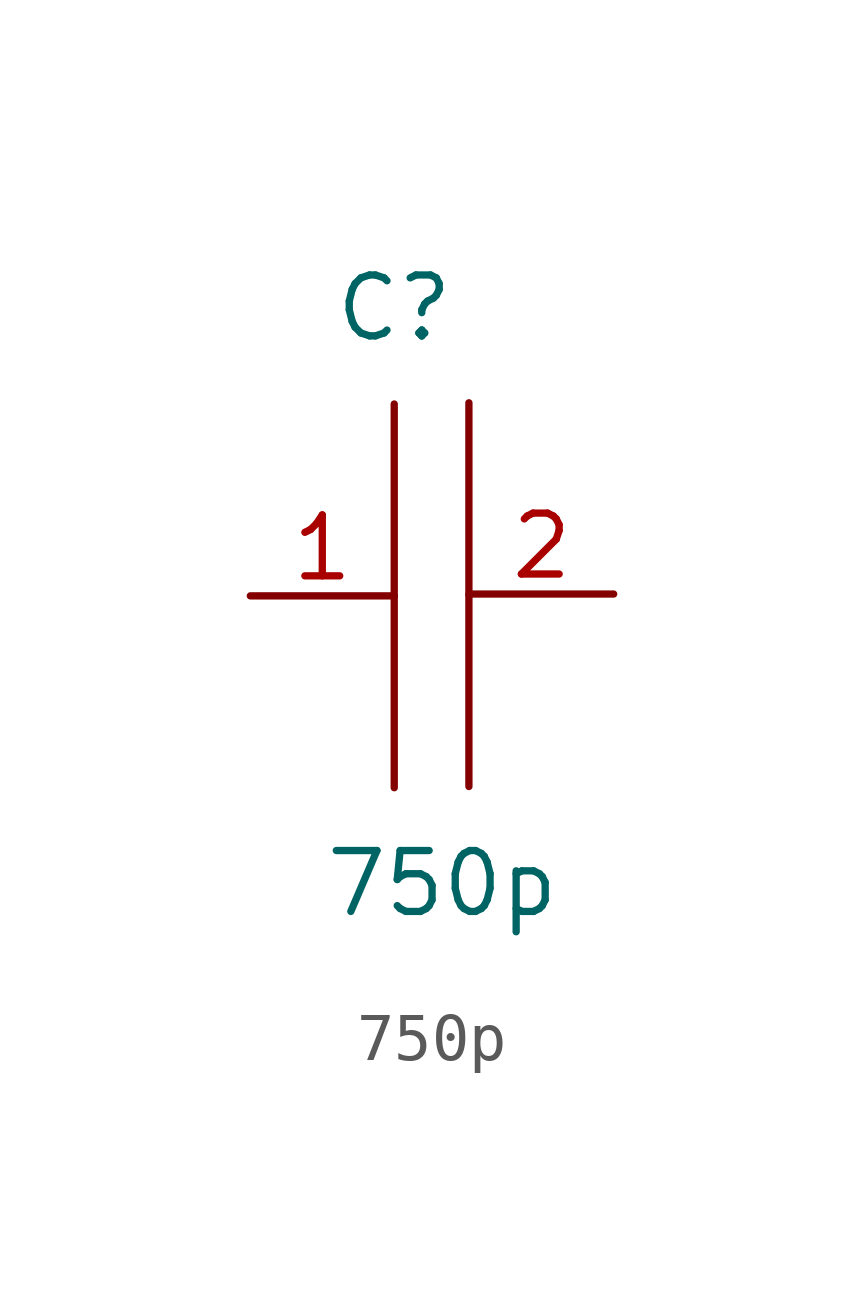
<source format=kicad_sym>
(kicad_symbol_lib
  (version 20231120)
  (generator "kicad_symbol_editor")
  (generator_version "8.0")
  (symbol "750p"
    (property "Reference" "C"
      (at 3 6 0)
      (effects (font (size 1.27 1.27))))
    (property "Value" "750p"
      (at 4 -6 0)
      (effects (font (size 1.27 1.27))))
    (symbol "750p_0_1"
      (polyline (pts (xy 3 0) (xy 3 -4)) (stroke (width 0) (type default)) (fill (type none)))
      (polyline (pts (xy 3 0) (xy 3 4)) (stroke (width 0) (type default)) (fill (type none)))
      (polyline (pts (xy 4.557 0.025) (xy 4.557 -3.975)) (stroke (width 0) (type default)) (fill (type none)))
      (polyline (pts (xy 4.557 0.025) (xy 4.557 4.025)) (stroke (width 0) (type default)) (fill (type none))))
    (symbol "750p_1_1"
      (pin bidirectional line (at 0 0 0) (length 3) (name "" (effects (font (size 1.27 1.27)))) (number "1" (effects (font (size 1.27 1.27)))))
      (pin bidirectional line (at 7.575 0.038 180) (length 3) (name "" (effects (font (size 1.27 1.27)))) (number "2" (effects (font (size 1.27 1.27))))))))
</source>
